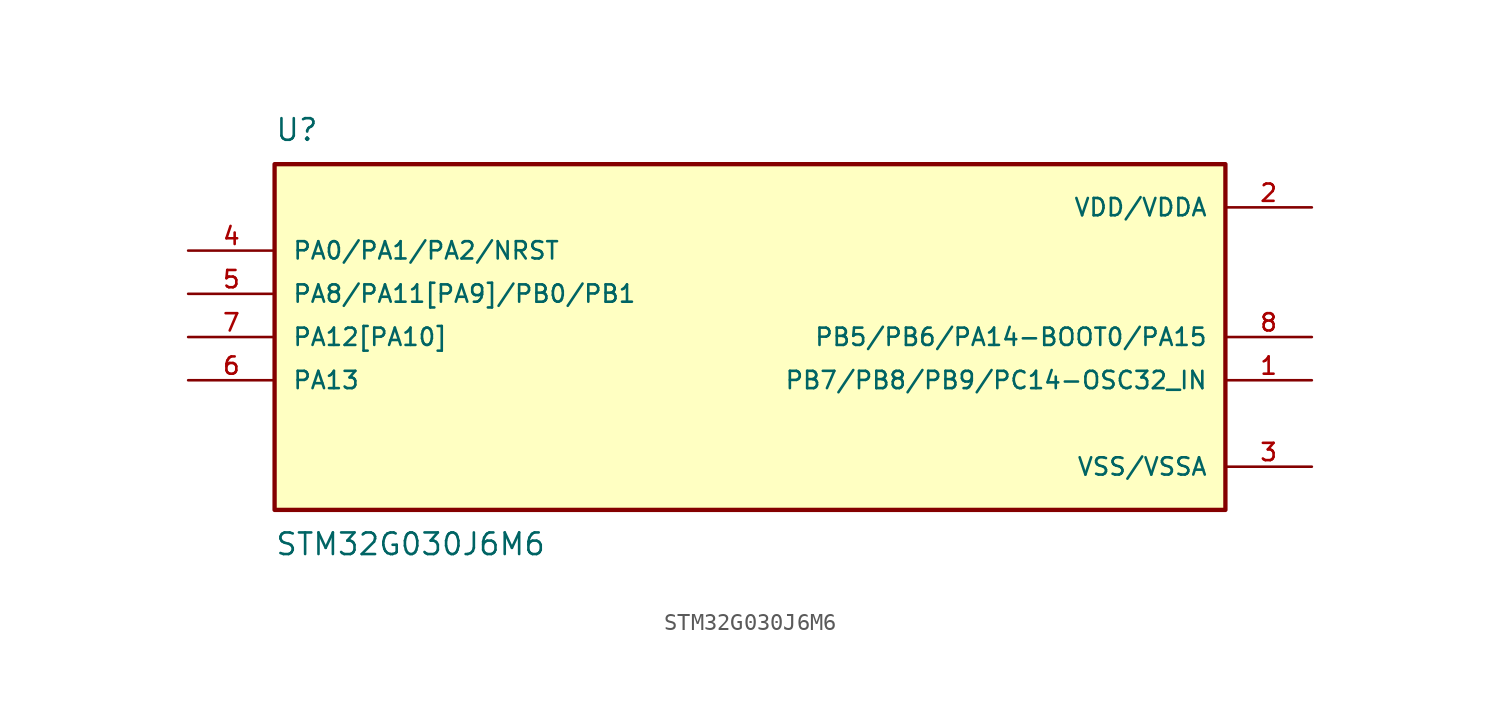
<source format=kicad_sym>
(kicad_symbol_lib
  (version 20211014)
  (generator kicad_symbol_editor)
  (symbol "STM32G030J6M6"
    (pin_names
      (offset 1.016))
    (property "Reference" "U"
      (at -27.94 11.43 0)
      (effects (font (size 1.27 1.27)) (justify bottom left)))
    (property "Value" "STM32G030J6M6"
      (at -27.94 -11.43 0)
      (effects (font (size 1.27 1.27)) (justify top left)))
    (symbol "STM32G030J6M6_0_0"
      (rectangle (start -27.94 -10.16) (end 27.94 10.16) (stroke (width 0.254)) (fill (type background)))
      (pin bidirectional line (at 33.02 -2.54 180.0) (length 5.08) (name "PB7/PB8/PB9/PC14-OSC32_IN" (effects (font (size 1.016 1.016)))) (number "1" (effects (font (size 1.016 1.016)))))
      (pin power_in line (at 33.02 7.62 180.0) (length 5.08) (name "VDD/VDDA" (effects (font (size 1.016 1.016)))) (number "2" (effects (font (size 1.016 1.016)))))
      (pin power_in line (at 33.02 -7.62 180.0) (length 5.08) (name "VSS/VSSA" (effects (font (size 1.016 1.016)))) (number "3" (effects (font (size 1.016 1.016)))))
      (pin bidirectional line (at -33.02 5.08 0) (length 5.08) (name "PA0/PA1/PA2/NRST" (effects (font (size 1.016 1.016)))) (number "4" (effects (font (size 1.016 1.016)))))
      (pin bidirectional line (at 33.02 0.0 180.0) (length 5.08) (name "PB5/PB6/PA14-BOOT0/PA15" (effects (font (size 1.016 1.016)))) (number "8" (effects (font (size 1.016 1.016)))))
      (pin bidirectional line (at -33.02 -2.54 0) (length 5.08) (name "PA13" (effects (font (size 1.016 1.016)))) (number "6" (effects (font (size 1.016 1.016)))))
      (pin bidirectional line (at -33.02 0.0 0) (length 5.08) (name "PA12[PA10]" (effects (font (size 1.016 1.016)))) (number "7" (effects (font (size 1.016 1.016)))))
      (pin bidirectional line (at -33.02 2.54 0) (length 5.08) (name "PA8/PA11[PA9]/PB0/PB1" (effects (font (size 1.016 1.016)))) (number "5" (effects (font (size 1.016 1.016))))))))
</source>
